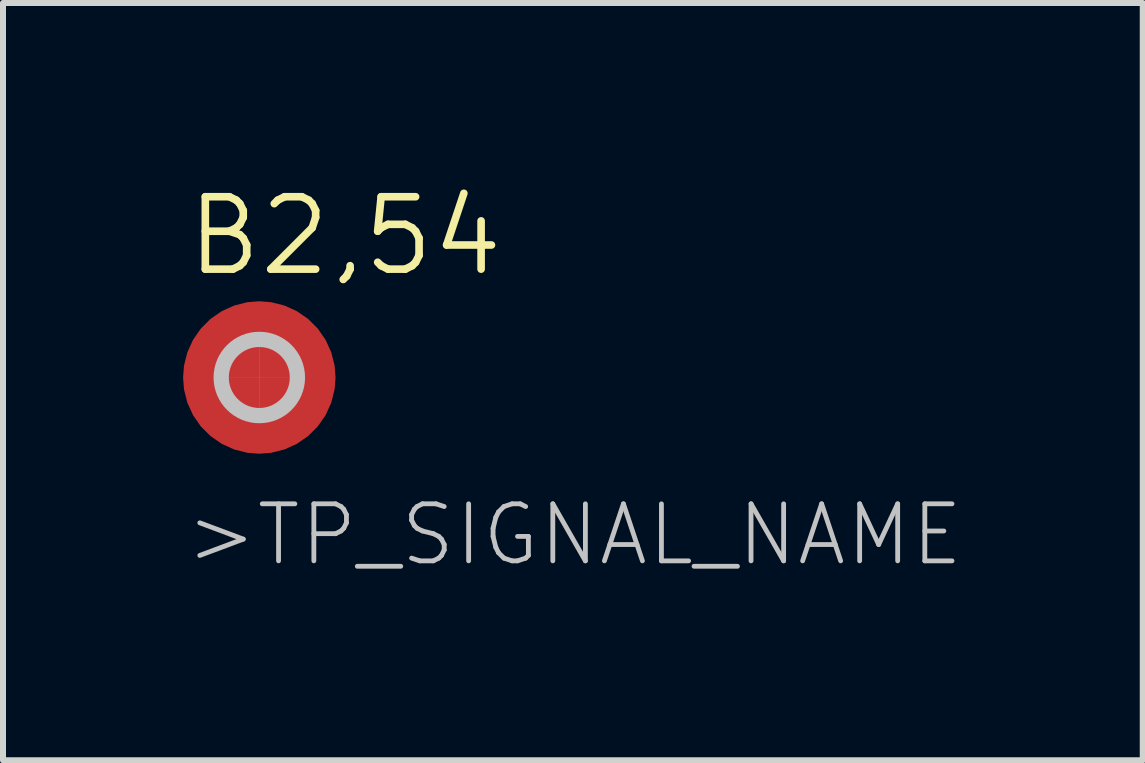
<source format=kicad_pcb>
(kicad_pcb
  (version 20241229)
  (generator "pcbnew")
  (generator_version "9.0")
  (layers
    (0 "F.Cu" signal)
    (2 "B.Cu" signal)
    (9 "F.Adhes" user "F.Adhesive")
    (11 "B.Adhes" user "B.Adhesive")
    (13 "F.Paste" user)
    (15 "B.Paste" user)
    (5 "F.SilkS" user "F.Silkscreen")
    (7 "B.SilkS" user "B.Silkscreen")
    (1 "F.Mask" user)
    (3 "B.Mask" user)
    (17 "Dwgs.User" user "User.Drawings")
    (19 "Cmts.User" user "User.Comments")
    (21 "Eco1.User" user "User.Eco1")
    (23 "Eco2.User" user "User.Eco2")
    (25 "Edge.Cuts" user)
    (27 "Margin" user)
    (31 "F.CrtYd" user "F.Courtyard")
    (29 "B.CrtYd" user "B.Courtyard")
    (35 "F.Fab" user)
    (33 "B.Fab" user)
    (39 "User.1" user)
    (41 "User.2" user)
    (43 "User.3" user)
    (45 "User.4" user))
  (footprint "B2,54"
    (layer "F.Cu")
    (at 1.27 3.239)
    (property "Reference" "B2,54" (at -1.27 -1.651 0) (layer "F.SilkS") (effects (font (size 1.206 1.206) (thickness 0.127)) (justify left bottom)))
    (attr through_hole)
    (fp_line (start -0.635 0) (end 0.635 0) (stroke (width 0.002) (type solid)) (layer "Dwgs.User"))
    (fp_line (start 0 0.635) (end 0 -0.635) (stroke (width 0.002) (type solid)) (layer "Dwgs.User"))
    (fp_circle (center 0 0) (end 0.635 0) (stroke (width 0.254) (type solid)) (fill no) (layer "Dwgs.User"))
    (fp_text user ">TP_SIGNAL_NAME" (at -1.27 3.175 0) (layer "Dwgs.User") (effects (font (size 0.95 0.95) (thickness 0.08)) (justify left bottom)))
    (pad "TP" smd roundrect (at 0 0) (size 2.54 2.54) (layers "F.Cu" "F.Mask") (roundrect_rratio 0.5)))
  (gr_rect
    (start -3 -3)
    (end 15.988 9.616)
    (stroke (width 0.1) (type default))
    (fill no)
    (layer "Edge.Cuts")))
</source>
